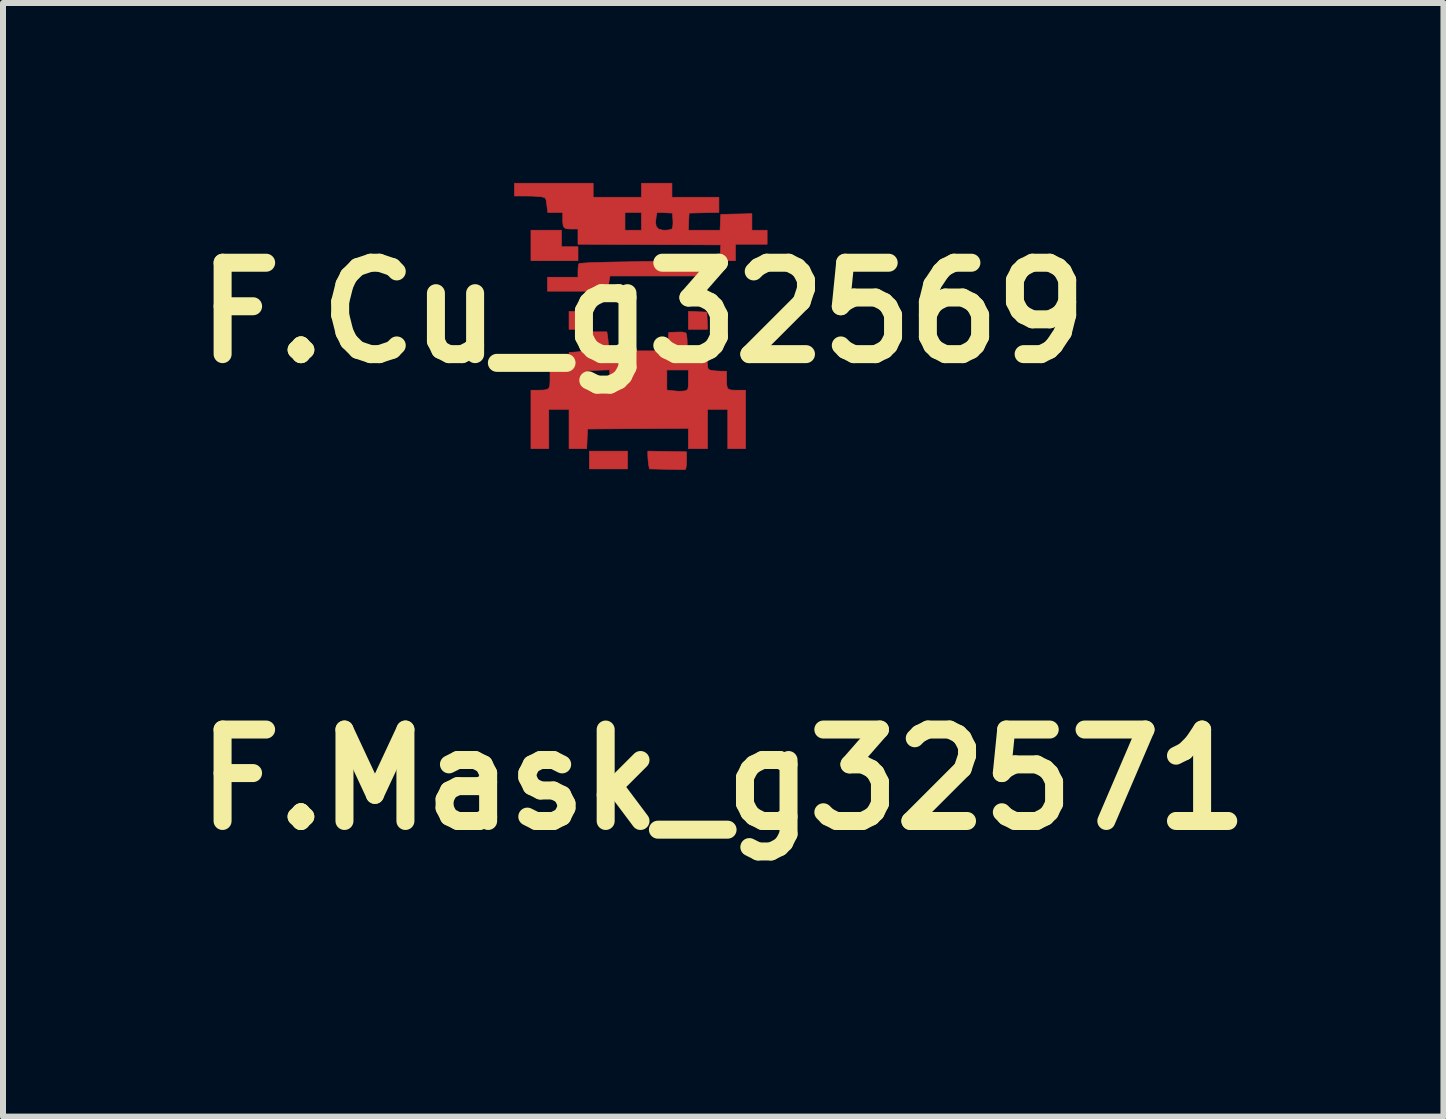
<source format=kicad_pcb>
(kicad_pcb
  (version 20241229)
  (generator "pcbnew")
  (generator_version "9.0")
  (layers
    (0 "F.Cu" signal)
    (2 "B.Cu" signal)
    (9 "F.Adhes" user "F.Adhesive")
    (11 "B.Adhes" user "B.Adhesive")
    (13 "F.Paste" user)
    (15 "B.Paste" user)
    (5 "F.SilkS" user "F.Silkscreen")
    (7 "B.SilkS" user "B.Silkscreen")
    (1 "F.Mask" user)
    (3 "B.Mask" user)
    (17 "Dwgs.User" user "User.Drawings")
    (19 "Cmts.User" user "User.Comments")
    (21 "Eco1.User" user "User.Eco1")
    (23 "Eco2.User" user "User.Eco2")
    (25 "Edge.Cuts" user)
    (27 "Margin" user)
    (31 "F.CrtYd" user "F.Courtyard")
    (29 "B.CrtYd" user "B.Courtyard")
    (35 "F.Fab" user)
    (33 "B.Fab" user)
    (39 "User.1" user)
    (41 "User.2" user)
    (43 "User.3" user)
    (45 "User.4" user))
  (footprint "F.Mask_g32571"
    (layer "F.Cu")
    (at 9.006 9.946)
    (property "Reference" "F.Mask_g32571" (at 0 0 0) (layer "F.SilkS") (effects (font (size 1.524 1.524) (thickness 0.3))))
    (attr through_hole)
    (fp_poly (pts (xy -0.931 0.275) (xy -1.228 0.275) (xy -1.228 -0.021) (xy -0.931 -0.021) (xy -0.931 0.275)) (stroke (width 0.01) (type solid)) (fill yes) (layer "F.Mask"))
    (fp_poly (pts (xy -0.254 2.603) (xy -0.889 2.603) (xy -0.889 2.307) (xy -0.254 2.307) (xy -0.254 2.603)) (stroke (width 0.01) (type solid)) (fill yes) (layer "F.Mask"))
    (fp_poly (pts (xy -1.355 -1.101) (xy -1.079 -1.101) (xy -1.079 -0.868) (xy -1.863 -0.868) (xy -1.863 -1.376) (xy -1.355 -1.376) (xy -1.355 -1.101)) (stroke (width 0.01) (type solid)) (fill yes) (layer "F.Mask"))
    (fp_poly (pts (xy 0.915 -0.017) (xy 1.069 -0.011) (xy 1.075 0.132) (xy 1.081 0.275) (xy 0.762 0.275) (xy 0.762 -0.023) (xy 0.915 -0.017)) (stroke (width 0.01) (type solid)) (fill yes) (layer "F.Mask"))
    (fp_poly (pts (xy 0.407 2.312) (xy 0.73 2.318) (xy 0.73 2.464) (xy 0.727 2.539) (xy 0.72 2.592) (xy 0.709 2.613) (xy 0.709 2.613) (xy 0.681 2.613) (xy 0.619 2.613) (xy 0.532 2.611) (xy 0.428 2.609) (xy 0.4 2.609) (xy 0.111 2.602) (xy 0.098 2.524) (xy 0.089 2.449) (xy 0.085 2.377) (xy 0.085 2.375) (xy 0.085 2.306) (xy 0.407 2.312)) (stroke (width 0.01) (type solid)) (fill yes) (layer "F.Mask"))
    (fp_poly (pts (xy 1.27 -0.614) (xy -0.545 -0.614) (xy -0.558 -0.548) (xy -0.568 -0.478) (xy -0.572 -0.421) (xy -0.572 -0.36) (xy -1.587 -0.36) (xy -1.587 -0.593) (xy -1.079 -0.593) (xy -1.079 -0.693) (xy -1.076 -0.758) (xy -1.068 -0.805) (xy -1.063 -0.817) (xy -1.043 -0.823) (xy -0.988 -0.828) (xy -0.897 -0.834) (xy -0.77 -0.838) (xy -0.606 -0.843) (xy -0.402 -0.847) (xy -0.159 -0.851) (xy 0.111 -0.855) (xy 1.27 -0.869) (xy 1.27 -0.614)) (stroke (width 0.01) (type solid)) (fill yes) (layer "F.Mask"))
    (fp_poly (pts (xy -0.826 -1.926) (xy -0.021 -1.926) (xy -0.021 -2.159) (xy 0.487 -2.159) (xy 0.487 -1.926) (xy 1.27 -1.926) (xy 1.27 -1.674) (xy 1.021 -1.668) (xy 0.773 -1.662) (xy 0.766 -1.519) (xy 0.76 -1.376) (xy 1.289 -1.376) (xy 1.302 -1.64) (xy 1.561 -1.646) (xy 1.82 -1.652) (xy 1.82 -1.376) (xy 2.074 -1.376) (xy 2.074 -1.143) (xy 1.545 -1.143) (xy 1.545 -0.868) (xy 1.288 -0.868) (xy 1.295 -1) (xy 1.302 -1.132) (xy -1.079 -1.143) (xy -1.079 -1.397) (xy -1.194 -1.397) (xy -1.263 -1.4) (xy -1.304 -1.415) (xy -1.325 -1.449) (xy -1.333 -1.513) (xy -1.333 -1.568) (xy -1.333 -1.672) (xy -0.296 -1.672) (xy -0.296 -1.376) (xy -0.021 -1.376) (xy -0.021 -1.505) (xy 0.213 -1.505) (xy 0.226 -1.436) (xy 0.267 -1.394) (xy 0.337 -1.377) (xy 0.367 -1.376) (xy 0.429 -1.38) (xy 0.475 -1.39) (xy 0.483 -1.394) (xy 0.5 -1.426) (xy 0.505 -1.493) (xy 0.504 -1.537) (xy 0.497 -1.662) (xy 0.368 -1.668) (xy 0.238 -1.674) (xy 0.225 -1.607) (xy 0.213 -1.505) (xy -0.021 -1.505) (xy -0.021 -1.672) (xy -0.296 -1.672) (xy -1.333 -1.672) (xy -1.583 -1.672) (xy -1.598 -1.797) (xy -1.607 -1.866) (xy -1.619 -1.905) (xy -1.641 -1.923) (xy -1.68 -1.932) (xy -1.69 -1.934) (xy -1.747 -1.94) (xy -1.832 -1.945) (xy -1.927 -1.947) (xy -1.953 -1.947) (xy -2.138 -1.947) (xy -2.138 -2.159) (xy -0.826 -2.159) (xy -0.826 -1.926)) (stroke (width 0.01) (type solid)) (fill yes) (layer "F.Mask"))
    (fp_poly (pts (xy -0.585 0.397) (xy -0.576 0.476) (xy -0.572 0.555) (xy -0.572 0.556) (xy -0.572 0.635) (xy 0.421 0.635) (xy 0.428 0.482) (xy 0.434 0.328) (xy 0.57 0.322) (xy 0.657 0.321) (xy 0.708 0.331) (xy 0.723 0.343) (xy 0.732 0.378) (xy 0.739 0.44) (xy 0.741 0.501) (xy 0.741 0.632) (xy 0.831 0.644) (xy 0.909 0.653) (xy 0.984 0.661) (xy 0.995 0.661) (xy 1.069 0.667) (xy 1.075 0.807) (xy 1.079 0.882) (xy 1.087 0.925) (xy 1.102 0.947) (xy 1.131 0.957) (xy 1.147 0.961) (xy 1.211 0.969) (xy 1.288 0.973) (xy 1.304 0.974) (xy 1.397 0.974) (xy 1.397 1.099) (xy 1.399 1.19) (xy 1.408 1.246) (xy 1.432 1.276) (xy 1.479 1.289) (xy 1.556 1.291) (xy 1.569 1.291) (xy 1.714 1.291) (xy 1.714 2.265) (xy 1.418 2.265) (xy 1.418 1.609) (xy 1.079 1.609) (xy 1.079 2.265) (xy 0.762 2.265) (xy 0.762 1.926) (xy -0.079 1.931) (xy -0.921 1.937) (xy -0.927 2.101) (xy -0.933 2.265) (xy -1.228 2.265) (xy -1.228 1.609) (xy -1.566 1.609) (xy -1.566 2.265) (xy -1.863 2.265) (xy -1.863 1.291) (xy -0.933 1.291) (xy -0.55 1.291) (xy -0.55 0.953) (xy 0.402 0.953) (xy 0.402 1.288) (xy 0.471 1.297) (xy 0.594 1.308) (xy 0.682 1.305) (xy 0.714 1.299) (xy 0.738 1.289) (xy 0.752 1.27) (xy 0.76 1.232) (xy 0.762 1.166) (xy 0.762 1.119) (xy 0.762 0.953) (xy 0.402 0.953) (xy -0.55 0.953) (xy -0.55 0.951) (xy -0.736 0.957) (xy -0.921 0.963) (xy -0.933 1.291) (xy -1.863 1.291) (xy -1.752 1.291) (xy -1.657 1.289) (xy -1.597 1.28) (xy -1.563 1.257) (xy -1.549 1.214) (xy -1.545 1.144) (xy -1.545 1.119) (xy -1.545 0.974) (xy -1.453 0.974) (xy -1.377 0.97) (xy -1.306 0.963) (xy -1.294 0.96) (xy -1.228 0.947) (xy -1.228 0.662) (xy -1.077 0.651) (xy -0.986 0.64) (xy -0.927 0.625) (xy -0.908 0.611) (xy -0.898 0.576) (xy -0.891 0.513) (xy -0.889 0.45) (xy -0.889 0.318) (xy -0.598 0.318) (xy -0.585 0.397)) (stroke (width 0.01) (type solid)) (fill yes) (layer "F.Mask")))
  (footprint "F.Cu_g32569"
    (layer "F.Cu")
    (at 7.664 2.164)
    (property "Reference" "F.Cu_g32569" (at 0 0 0) (layer "F.SilkS") (effects (font (size 1.524 1.524) (thickness 0.3))))
    (attr through_hole)
    (fp_poly (pts (xy -0.931 0.275) (xy -1.228 0.275) (xy -1.228 -0.021) (xy -0.931 -0.021) (xy -0.931 0.275)) (stroke (width 0.01) (type solid)) (fill yes) (layer "F.Cu"))
    (fp_poly (pts (xy -0.254 2.603) (xy -0.889 2.603) (xy -0.889 2.307) (xy -0.254 2.307) (xy -0.254 2.603)) (stroke (width 0.01) (type solid)) (fill yes) (layer "F.Cu"))
    (fp_poly (pts (xy -1.355 -1.101) (xy -1.079 -1.101) (xy -1.079 -0.868) (xy -1.863 -0.868) (xy -1.863 -1.376) (xy -1.355 -1.376) (xy -1.355 -1.101)) (stroke (width 0.01) (type solid)) (fill yes) (layer "F.Cu"))
    (fp_poly (pts (xy 0.915 -0.017) (xy 1.069 -0.011) (xy 1.075 0.132) (xy 1.081 0.275) (xy 0.762 0.275) (xy 0.762 -0.023) (xy 0.915 -0.017)) (stroke (width 0.01) (type solid)) (fill yes) (layer "F.Cu"))
    (fp_poly (pts (xy 0.407 2.312) (xy 0.73 2.318) (xy 0.73 2.464) (xy 0.727 2.539) (xy 0.72 2.592) (xy 0.709 2.613) (xy 0.709 2.613) (xy 0.681 2.613) (xy 0.619 2.613) (xy 0.532 2.611) (xy 0.428 2.609) (xy 0.4 2.609) (xy 0.111 2.602) (xy 0.098 2.524) (xy 0.089 2.449) (xy 0.085 2.377) (xy 0.085 2.375) (xy 0.085 2.306) (xy 0.407 2.312)) (stroke (width 0.01) (type solid)) (fill yes) (layer "F.Cu"))
    (fp_poly (pts (xy 1.27 -0.614) (xy -0.545 -0.614) (xy -0.558 -0.548) (xy -0.568 -0.478) (xy -0.572 -0.421) (xy -0.572 -0.36) (xy -1.587 -0.36) (xy -1.587 -0.593) (xy -1.079 -0.593) (xy -1.079 -0.693) (xy -1.076 -0.758) (xy -1.068 -0.805) (xy -1.063 -0.817) (xy -1.043 -0.823) (xy -0.988 -0.828) (xy -0.897 -0.834) (xy -0.77 -0.838) (xy -0.606 -0.843) (xy -0.402 -0.847) (xy -0.159 -0.851) (xy 0.111 -0.855) (xy 1.27 -0.869) (xy 1.27 -0.614)) (stroke (width 0.01) (type solid)) (fill yes) (layer "F.Cu"))
    (fp_poly (pts (xy -0.826 -1.926) (xy -0.021 -1.926) (xy -0.021 -2.159) (xy 0.487 -2.159) (xy 0.487 -1.926) (xy 1.27 -1.926) (xy 1.27 -1.674) (xy 1.021 -1.668) (xy 0.773 -1.662) (xy 0.766 -1.519) (xy 0.76 -1.376) (xy 1.289 -1.376) (xy 1.302 -1.64) (xy 1.561 -1.646) (xy 1.82 -1.652) (xy 1.82 -1.376) (xy 2.074 -1.376) (xy 2.074 -1.143) (xy 1.545 -1.143) (xy 1.545 -0.868) (xy 1.288 -0.868) (xy 1.295 -1) (xy 1.302 -1.132) (xy -1.079 -1.143) (xy -1.079 -1.397) (xy -1.194 -1.397) (xy -1.263 -1.4) (xy -1.304 -1.415) (xy -1.325 -1.449) (xy -1.333 -1.513) (xy -1.333 -1.568) (xy -1.333 -1.672) (xy -0.296 -1.672) (xy -0.296 -1.376) (xy -0.021 -1.376) (xy -0.021 -1.505) (xy 0.213 -1.505) (xy 0.226 -1.436) (xy 0.267 -1.394) (xy 0.337 -1.377) (xy 0.367 -1.376) (xy 0.429 -1.38) (xy 0.475 -1.39) (xy 0.483 -1.394) (xy 0.5 -1.426) (xy 0.505 -1.493) (xy 0.504 -1.537) (xy 0.497 -1.662) (xy 0.368 -1.668) (xy 0.238 -1.674) (xy 0.225 -1.607) (xy 0.213 -1.505) (xy -0.021 -1.505) (xy -0.021 -1.672) (xy -0.296 -1.672) (xy -1.333 -1.672) (xy -1.583 -1.672) (xy -1.598 -1.797) (xy -1.607 -1.866) (xy -1.619 -1.905) (xy -1.641 -1.923) (xy -1.68 -1.932) (xy -1.69 -1.934) (xy -1.747 -1.94) (xy -1.832 -1.945) (xy -1.927 -1.947) (xy -1.953 -1.947) (xy -2.138 -1.947) (xy -2.138 -2.159) (xy -0.826 -2.159) (xy -0.826 -1.926)) (stroke (width 0.01) (type solid)) (fill yes) (layer "F.Cu"))
    (fp_poly (pts (xy -0.585 0.397) (xy -0.576 0.476) (xy -0.572 0.555) (xy -0.572 0.556) (xy -0.572 0.635) (xy 0.421 0.635) (xy 0.428 0.482) (xy 0.434 0.328) (xy 0.57 0.322) (xy 0.657 0.321) (xy 0.708 0.331) (xy 0.723 0.343) (xy 0.732 0.378) (xy 0.739 0.44) (xy 0.741 0.501) (xy 0.741 0.632) (xy 0.831 0.644) (xy 0.909 0.653) (xy 0.984 0.661) (xy 0.995 0.661) (xy 1.069 0.667) (xy 1.075 0.807) (xy 1.079 0.882) (xy 1.087 0.925) (xy 1.102 0.947) (xy 1.131 0.957) (xy 1.147 0.961) (xy 1.211 0.969) (xy 1.288 0.973) (xy 1.304 0.974) (xy 1.397 0.974) (xy 1.397 1.099) (xy 1.399 1.19) (xy 1.408 1.246) (xy 1.432 1.276) (xy 1.479 1.289) (xy 1.556 1.291) (xy 1.569 1.291) (xy 1.714 1.291) (xy 1.714 2.265) (xy 1.418 2.265) (xy 1.418 1.609) (xy 1.079 1.609) (xy 1.079 2.265) (xy 0.762 2.265) (xy 0.762 1.926) (xy -0.079 1.931) (xy -0.921 1.937) (xy -0.927 2.101) (xy -0.933 2.265) (xy -1.228 2.265) (xy -1.228 1.609) (xy -1.566 1.609) (xy -1.566 2.265) (xy -1.863 2.265) (xy -1.863 1.291) (xy -0.933 1.291) (xy -0.55 1.291) (xy -0.55 0.953) (xy 0.402 0.953) (xy 0.402 1.288) (xy 0.471 1.297) (xy 0.594 1.308) (xy 0.682 1.305) (xy 0.714 1.299) (xy 0.738 1.289) (xy 0.752 1.27) (xy 0.76 1.232) (xy 0.762 1.166) (xy 0.762 1.119) (xy 0.762 0.953) (xy 0.402 0.953) (xy -0.55 0.953) (xy -0.55 0.951) (xy -0.736 0.957) (xy -0.921 0.963) (xy -0.933 1.291) (xy -1.863 1.291) (xy -1.752 1.291) (xy -1.657 1.289) (xy -1.597 1.28) (xy -1.563 1.257) (xy -1.549 1.214) (xy -1.545 1.144) (xy -1.545 1.119) (xy -1.545 0.974) (xy -1.453 0.974) (xy -1.377 0.97) (xy -1.306 0.963) (xy -1.294 0.96) (xy -1.228 0.947) (xy -1.228 0.662) (xy -1.077 0.651) (xy -0.986 0.64) (xy -0.927 0.625) (xy -0.908 0.611) (xy -0.898 0.576) (xy -0.891 0.513) (xy -0.889 0.45) (xy -0.889 0.318) (xy -0.598 0.318) (xy -0.585 0.397)) (stroke (width 0.01) (type solid)) (fill yes) (layer "F.Cu")))
  (gr_rect
    (start -3 -3)
    (end 21.012 15.564)
    (stroke (width 0.1) (type default))
    (fill no)
    (layer "Edge.Cuts")))
</source>
